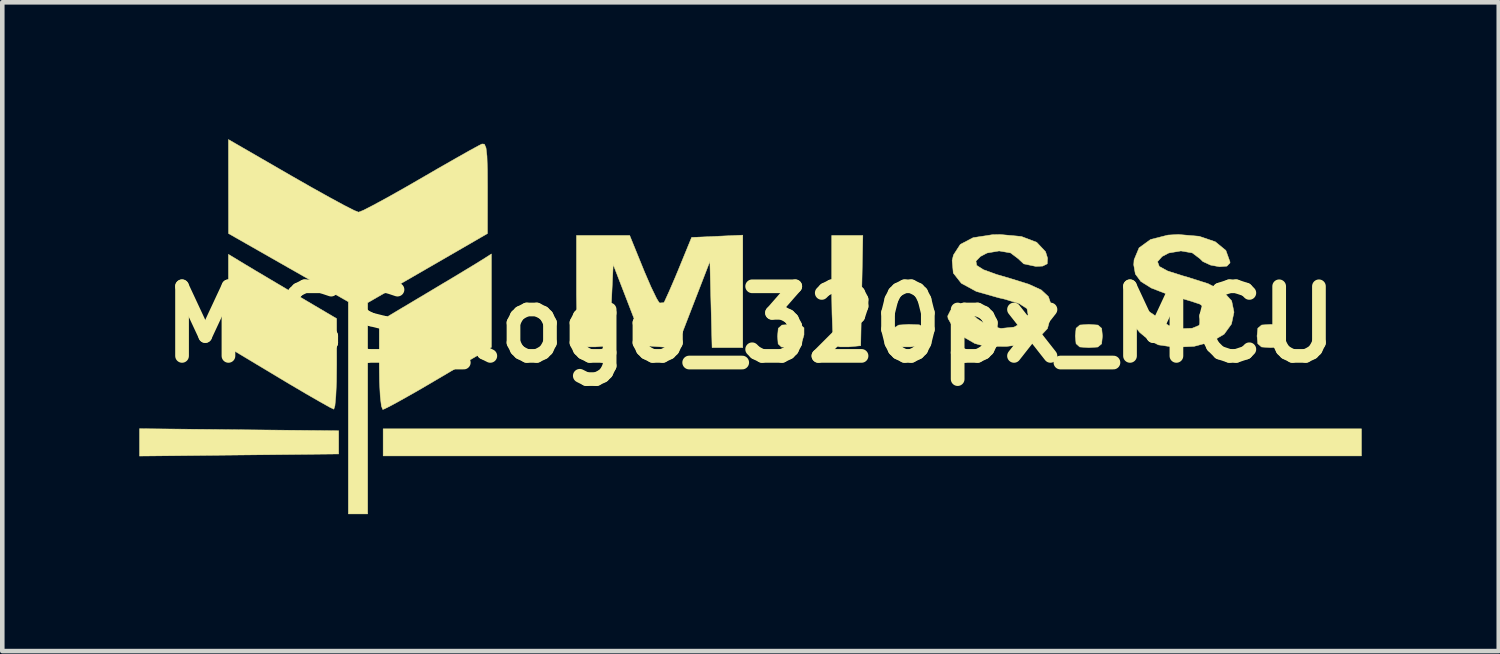
<source format=kicad_pcb>
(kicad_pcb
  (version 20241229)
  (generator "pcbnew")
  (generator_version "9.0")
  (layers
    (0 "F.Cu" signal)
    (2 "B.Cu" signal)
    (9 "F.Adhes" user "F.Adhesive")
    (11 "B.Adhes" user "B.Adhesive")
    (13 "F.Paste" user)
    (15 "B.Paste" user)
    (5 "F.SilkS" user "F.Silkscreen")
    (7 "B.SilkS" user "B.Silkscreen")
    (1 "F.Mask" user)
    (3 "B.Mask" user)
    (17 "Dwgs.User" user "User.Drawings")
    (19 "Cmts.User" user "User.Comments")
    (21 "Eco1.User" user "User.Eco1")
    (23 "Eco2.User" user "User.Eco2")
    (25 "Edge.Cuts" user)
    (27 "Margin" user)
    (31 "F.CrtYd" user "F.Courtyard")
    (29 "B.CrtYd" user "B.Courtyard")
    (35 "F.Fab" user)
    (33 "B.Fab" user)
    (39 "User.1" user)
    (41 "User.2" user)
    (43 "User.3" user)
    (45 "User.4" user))
  (footprint "MISS_logo_320px_MCU"
    (layer "F.Cu")
    (at 13.382 4.053)
    (property "Reference" "MISS_logo_320px_MCU" (at 0 0 0) (layer "F.SilkS") (effects (font (size 1.524 1.524) (thickness 0.3))))
    (attr through_hole)
    (fp_poly (pts (xy 13.377 2.879) (xy -8.043 2.879) (xy -8.043 2.286) (xy 13.377 2.286) (xy 13.377 2.879)) (stroke (width 0.01) (type solid)) (fill yes) (layer "F.SilkS"))
    (fp_poly (pts (xy -11.197 2.306) (xy -9.017 2.328) (xy -9.017 2.836) (xy -11.197 2.859) (xy -13.377 2.882) (xy -13.377 2.283) (xy -11.197 2.306)) (stroke (width 0.01) (type solid)) (fill yes) (layer "F.SilkS"))
    (fp_poly (pts (xy 2.436 -0.741) (xy 2.413 0.466) (xy 2.156 0.491) (xy 1.955 0.491) (xy 1.838 0.456) (xy 1.816 0.353) (xy 1.798 0.114) (xy 1.785 -0.229) (xy 1.778 -0.644) (xy 1.778 -0.776) (xy 1.778 -1.947) (xy 2.46 -1.947) (xy 2.436 -0.741)) (stroke (width 0.01) (type solid)) (fill yes) (layer "F.SilkS"))
    (fp_poly (pts (xy 7.607 0.014) (xy 7.689 0.086) (xy 7.705 0.254) (xy 7.688 0.425) (xy 7.604 0.495) (xy 7.408 0.508) (xy 7.209 0.494) (xy 7.128 0.422) (xy 7.112 0.254) (xy 7.129 0.083) (xy 7.212 0.013) (xy 7.408 0) (xy 7.607 0.014)) (stroke (width 0.01) (type solid)) (fill yes) (layer "F.SilkS"))
    (fp_poly (pts (xy 11.587 0.014) (xy 11.668 0.086) (xy 11.684 0.254) (xy 11.667 0.425) (xy 11.584 0.495) (xy 11.388 0.508) (xy 11.189 0.494) (xy 11.107 0.422) (xy 11.091 0.254) (xy 11.108 0.083) (xy 11.192 0.013) (xy 11.388 0) (xy 11.587 0.014)) (stroke (width 0.01) (type solid)) (fill yes) (layer "F.SilkS"))
    (fp_poly (pts (xy 1.094 0.012) (xy 1.171 0.074) (xy 1.171 0.226) (xy 1.17 0.233) (xy 1.121 0.4) (xy 0.989 0.474) (xy 0.868 0.492) (xy 0.679 0.496) (xy 0.605 0.426) (xy 0.593 0.259) (xy 0.608 0.086) (xy 0.689 0.014) (xy 0.886 0.000007) (xy 0.895 0) (xy 1.094 0.012)) (stroke (width 0.01) (type solid)) (fill yes) (layer "F.SilkS"))
    (fp_poly (pts (xy 3.695 0.009) (xy 3.788 0.057) (xy 3.8 0.177) (xy 3.794 0.233) (xy 3.741 0.405) (xy 3.6 0.478) (xy 3.511 0.491) (xy 3.31 0.491) (xy 3.193 0.456) (xy 3.145 0.331) (xy 3.133 0.198) (xy 3.153 0.071) (xy 3.246 0.014) (xy 3.458 0.000032) (xy 3.477 0) (xy 3.695 0.009)) (stroke (width 0.01) (type solid)) (fill yes) (layer "F.SilkS"))
    (fp_poly (pts (xy -11.07 -1.316) (xy -10.845 -1.181) (xy -10.523 -0.99) (xy -10.152 -0.77) (xy -9.886 -0.613) (xy -9.062 -0.127) (xy -9.061 0.868) (xy -9.065 1.255) (xy -9.079 1.57) (xy -9.099 1.781) (xy -9.123 1.856) (xy -9.214 1.812) (xy -9.423 1.695) (xy -9.724 1.522) (xy -10.091 1.306) (xy -10.308 1.176) (xy -11.43 0.503) (xy -11.43 -1.534) (xy -11.07 -1.316)) (stroke (width 0.01) (type solid)) (fill yes) (layer "F.SilkS"))
    (fp_poly (pts (xy -5.673 0.5) (xy -6.825 1.181) (xy -7.222 1.414) (xy -7.57 1.612) (xy -7.842 1.762) (xy -8.011 1.848) (xy -8.052 1.863) (xy -8.082 1.784) (xy -8.107 1.569) (xy -8.123 1.252) (xy -8.128 0.9) (xy -8.128 -0.063) (xy -7.091 -0.681) (xy -6.701 -0.914) (xy -6.349 -1.125) (xy -6.068 -1.295) (xy -5.891 -1.404) (xy -5.863 -1.421) (xy -5.673 -1.543) (xy -5.673 0.5)) (stroke (width 0.01) (type solid)) (fill yes) (layer "F.SilkS"))
    (fp_poly (pts (xy -10.054 -3.253) (xy -9.616 -3.003) (xy -9.225 -2.785) (xy -8.906 -2.612) (xy -8.683 -2.498) (xy -8.582 -2.457) (xy -8.582 -2.457) (xy -8.48 -2.497) (xy -8.259 -2.61) (xy -7.944 -2.781) (xy -7.562 -2.996) (xy -7.243 -3.18) (xy -6.824 -3.423) (xy -6.451 -3.636) (xy -6.15 -3.806) (xy -5.948 -3.916) (xy -5.878 -3.951) (xy -5.826 -3.946) (xy -5.791 -3.866) (xy -5.77 -3.687) (xy -5.76 -3.385) (xy -5.758 -2.994) (xy -5.759 -1.99) (xy -7.07 -1.232) (xy -8.382 -0.475) (xy -8.382 4.149) (xy -8.805 4.149) (xy -8.805 -0.496) (xy -10.117 -1.243) (xy -11.428 -1.99) (xy -11.429 -3.019) (xy -11.43 -4.048) (xy -10.054 -3.253)) (stroke (width 0.01) (type solid)) (fill yes) (layer "F.SilkS"))
    (fp_poly (pts (xy -0.169 0.508) (xy -0.841 0.508) (xy -0.865 -0.436) (xy -0.889 -1.38) (xy -1.256 -0.432) (xy -1.623 0.517) (xy -1.971 0.491) (xy -2.32 0.466) (xy -3.006 -1.312) (xy -3.048 -0.423) (xy -3.09 0.466) (xy -3.39 0.491) (xy -3.605 0.492) (xy -3.741 0.462) (xy -3.75 0.456) (xy -3.771 0.353) (xy -3.79 0.114) (xy -3.803 -0.229) (xy -3.81 -0.644) (xy -3.81 -0.776) (xy -3.81 -1.947) (xy -3.228 -1.947) (xy -2.645 -1.947) (xy -2.319 -1.146) (xy -2.178 -0.82) (xy -2.057 -0.57) (xy -1.969 -0.426) (xy -1.936 -0.405) (xy -1.88 -0.506) (xy -1.78 -0.725) (xy -1.651 -1.024) (xy -1.584 -1.185) (xy -1.289 -1.905) (xy -0.169 -1.955) (xy -0.169 0.508)) (stroke (width 0.01) (type solid)) (fill yes) (layer "F.SilkS"))
    (fp_poly (pts (xy 5.932 -1.925) (xy 6.266 -1.798) (xy 6.46 -1.592) (xy 6.504 -1.452) (xy 6.497 -1.327) (xy 6.397 -1.277) (xy 6.249 -1.27) (xy 5.982 -1.326) (xy 5.862 -1.439) (xy 5.694 -1.566) (xy 5.444 -1.609) (xy 5.179 -1.564) (xy 5.033 -1.487) (xy 4.936 -1.385) (xy 4.953 -1.292) (xy 5.1 -1.198) (xy 5.39 -1.093) (xy 5.678 -1.009) (xy 6.093 -0.88) (xy 6.366 -0.755) (xy 6.522 -0.61) (xy 6.586 -0.424) (xy 6.587 -0.225) (xy 6.502 0.091) (xy 6.296 0.31) (xy 5.957 0.438) (xy 5.61 0.481) (xy 5.301 0.48) (xy 5.03 0.45) (xy 4.911 0.417) (xy 4.648 0.265) (xy 4.438 0.067) (xy 4.326 -0.129) (xy 4.318 -0.184) (xy 4.38 -0.307) (xy 4.536 -0.341) (xy 4.736 -0.288) (xy 4.933 -0.155) (xy 4.96 -0.127) (xy 5.192 0.024) (xy 5.485 0.088) (xy 5.77 0.059) (xy 5.963 -0.048) (xy 6.078 -0.212) (xy 6.054 -0.346) (xy 5.88 -0.458) (xy 5.548 -0.558) (xy 5.436 -0.583) (xy 4.945 -0.722) (xy 4.616 -0.901) (xy 4.44 -1.125) (xy 4.415 -1.399) (xy 4.444 -1.52) (xy 4.594 -1.752) (xy 4.874 -1.899) (xy 5.295 -1.964) (xy 5.47 -1.968) (xy 5.932 -1.925)) (stroke (width 0.01) (type solid)) (fill yes) (layer "F.SilkS"))
    (fp_poly (pts (xy 9.823 -1.93) (xy 10.176 -1.81) (xy 10.408 -1.62) (xy 10.498 -1.37) (xy 10.499 -1.348) (xy 10.431 -1.276) (xy 10.269 -1.263) (xy 10.073 -1.299) (xy 9.904 -1.377) (xy 9.841 -1.439) (xy 9.673 -1.566) (xy 9.423 -1.609) (xy 9.158 -1.564) (xy 9.012 -1.487) (xy 8.912 -1.374) (xy 8.95 -1.27) (xy 9.134 -1.169) (xy 9.476 -1.061) (xy 9.532 -1.046) (xy 10.019 -0.892) (xy 10.35 -0.719) (xy 10.535 -0.516) (xy 10.586 -0.269) (xy 10.531 -0.009) (xy 10.37 0.214) (xy 10.084 0.381) (xy 9.712 0.48) (xy 9.292 0.5) (xy 8.932 0.448) (xy 8.731 0.349) (xy 8.523 0.176) (xy 8.361 -0.02) (xy 8.297 -0.185) (xy 8.36 -0.308) (xy 8.515 -0.341) (xy 8.715 -0.288) (xy 8.912 -0.155) (xy 8.94 -0.127) (xy 9.157 0.025) (xy 9.415 0.094) (xy 9.67 0.084) (xy 9.875 -0.000381) (xy 9.984 -0.156) (xy 9.991 -0.217) (xy 9.959 -0.354) (xy 9.838 -0.445) (xy 9.631 -0.513) (xy 9.129 -0.66) (xy 8.775 -0.797) (xy 8.547 -0.94) (xy 8.426 -1.104) (xy 8.391 -1.304) (xy 8.398 -1.414) (xy 8.508 -1.677) (xy 8.76 -1.86) (xy 9.14 -1.956) (xy 9.366 -1.969) (xy 9.823 -1.93)) (stroke (width 0.01) (type solid)) (fill yes) (layer "F.SilkS")))
  (gr_rect
    (start -3 -3)
    (end 29.765 11.206)
    (stroke (width 0.1) (type default))
    (fill no)
    (layer "Edge.Cuts")))
</source>
